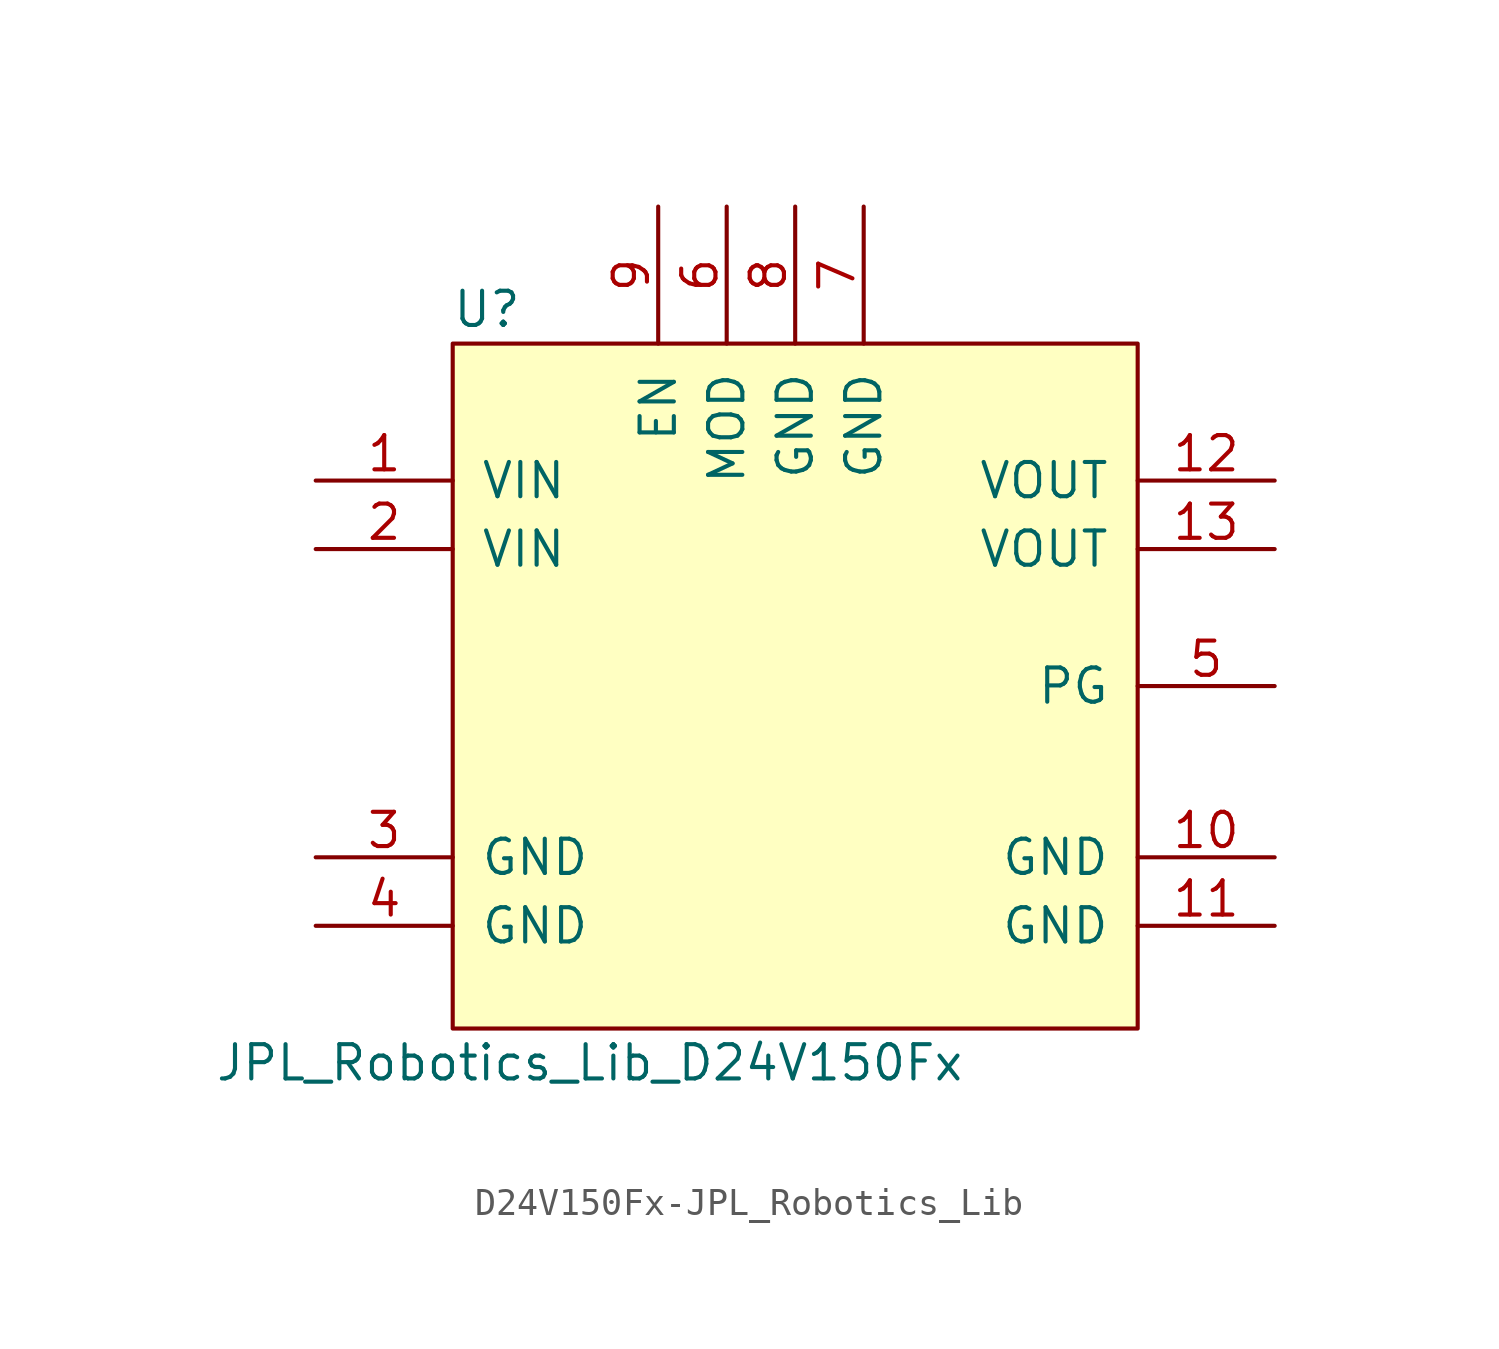
<source format=kicad_sym>
(kicad_symbol_lib
  (version 20231120)
  (generator "kicad_symbol_editor")
  (generator_version "8.0")
  (symbol "D24V150Fx-JPL_Robotics_Lib"
    (pin_names
      (offset 1.016))
    (property "Reference" "U"
      (at 1.27 26.67 0)
      (effects (font (size 1.27 1.27))))
    (property "Value" "JPL_Robotics_Lib_D24V150Fx"
      (at 5.08 -1.27 0)
      (effects (font (size 1.27 1.27))))
    (symbol "D24V150Fx-JPL_Robotics_Lib_0_1"
      (rectangle (start 0 25.4) (end 25.4 0) (stroke (width 0) (type solid)) (fill (type background))))
    (symbol "D24V150Fx-JPL_Robotics_Lib_1_1"
      (pin power_in line (at -5.08 20.32 0) (length 5.08) (name "VIN" (effects (font (size 1.27 1.27)))) (number "1" (effects (font (size 1.27 1.27)))))
      (pin power_in line (at 30.48 6.35 180) (length 5.08) (name "GND" (effects (font (size 1.27 1.27)))) (number "10" (effects (font (size 1.27 1.27)))))
      (pin power_in line (at 30.48 3.81 180) (length 5.08) (name "GND" (effects (font (size 1.27 1.27)))) (number "11" (effects (font (size 1.27 1.27)))))
      (pin power_out line (at 30.48 20.32 180) (length 5.08) (name "VOUT" (effects (font (size 1.27 1.27)))) (number "12" (effects (font (size 1.27 1.27)))))
      (pin passive line (at 30.48 17.78 180) (length 5.08) (name "VOUT" (effects (font (size 1.27 1.27)))) (number "13" (effects (font (size 1.27 1.27)))))
      (pin power_in line (at -5.08 17.78 0) (length 5.08) (name "VIN" (effects (font (size 1.27 1.27)))) (number "2" (effects (font (size 1.27 1.27)))))
      (pin power_in line (at -5.08 6.35 0) (length 5.08) (name "GND" (effects (font (size 1.27 1.27)))) (number "3" (effects (font (size 1.27 1.27)))))
      (pin power_in line (at -5.08 3.81 0) (length 5.08) (name "GND" (effects (font (size 1.27 1.27)))) (number "4" (effects (font (size 1.27 1.27)))))
      (pin output line (at 30.48 12.7 180) (length 5.08) (name "PG" (effects (font (size 1.27 1.27)))) (number "5" (effects (font (size 1.27 1.27)))))
      (pin input line (at 10.16 30.48 270) (length 5.08) (name "MOD" (effects (font (size 1.27 1.27)))) (number "6" (effects (font (size 1.27 1.27)))))
      (pin power_in line (at 15.24 30.48 270) (length 5.08) (name "GND" (effects (font (size 1.27 1.27)))) (number "7" (effects (font (size 1.27 1.27)))))
      (pin power_in line (at 12.7 30.48 270) (length 5.08) (name "GND" (effects (font (size 1.27 1.27)))) (number "8" (effects (font (size 1.27 1.27)))))
      (pin input line (at 7.62 30.48 270) (length 5.08) (name "EN" (effects (font (size 1.27 1.27)))) (number "9" (effects (font (size 1.27 1.27))))))))
</source>
